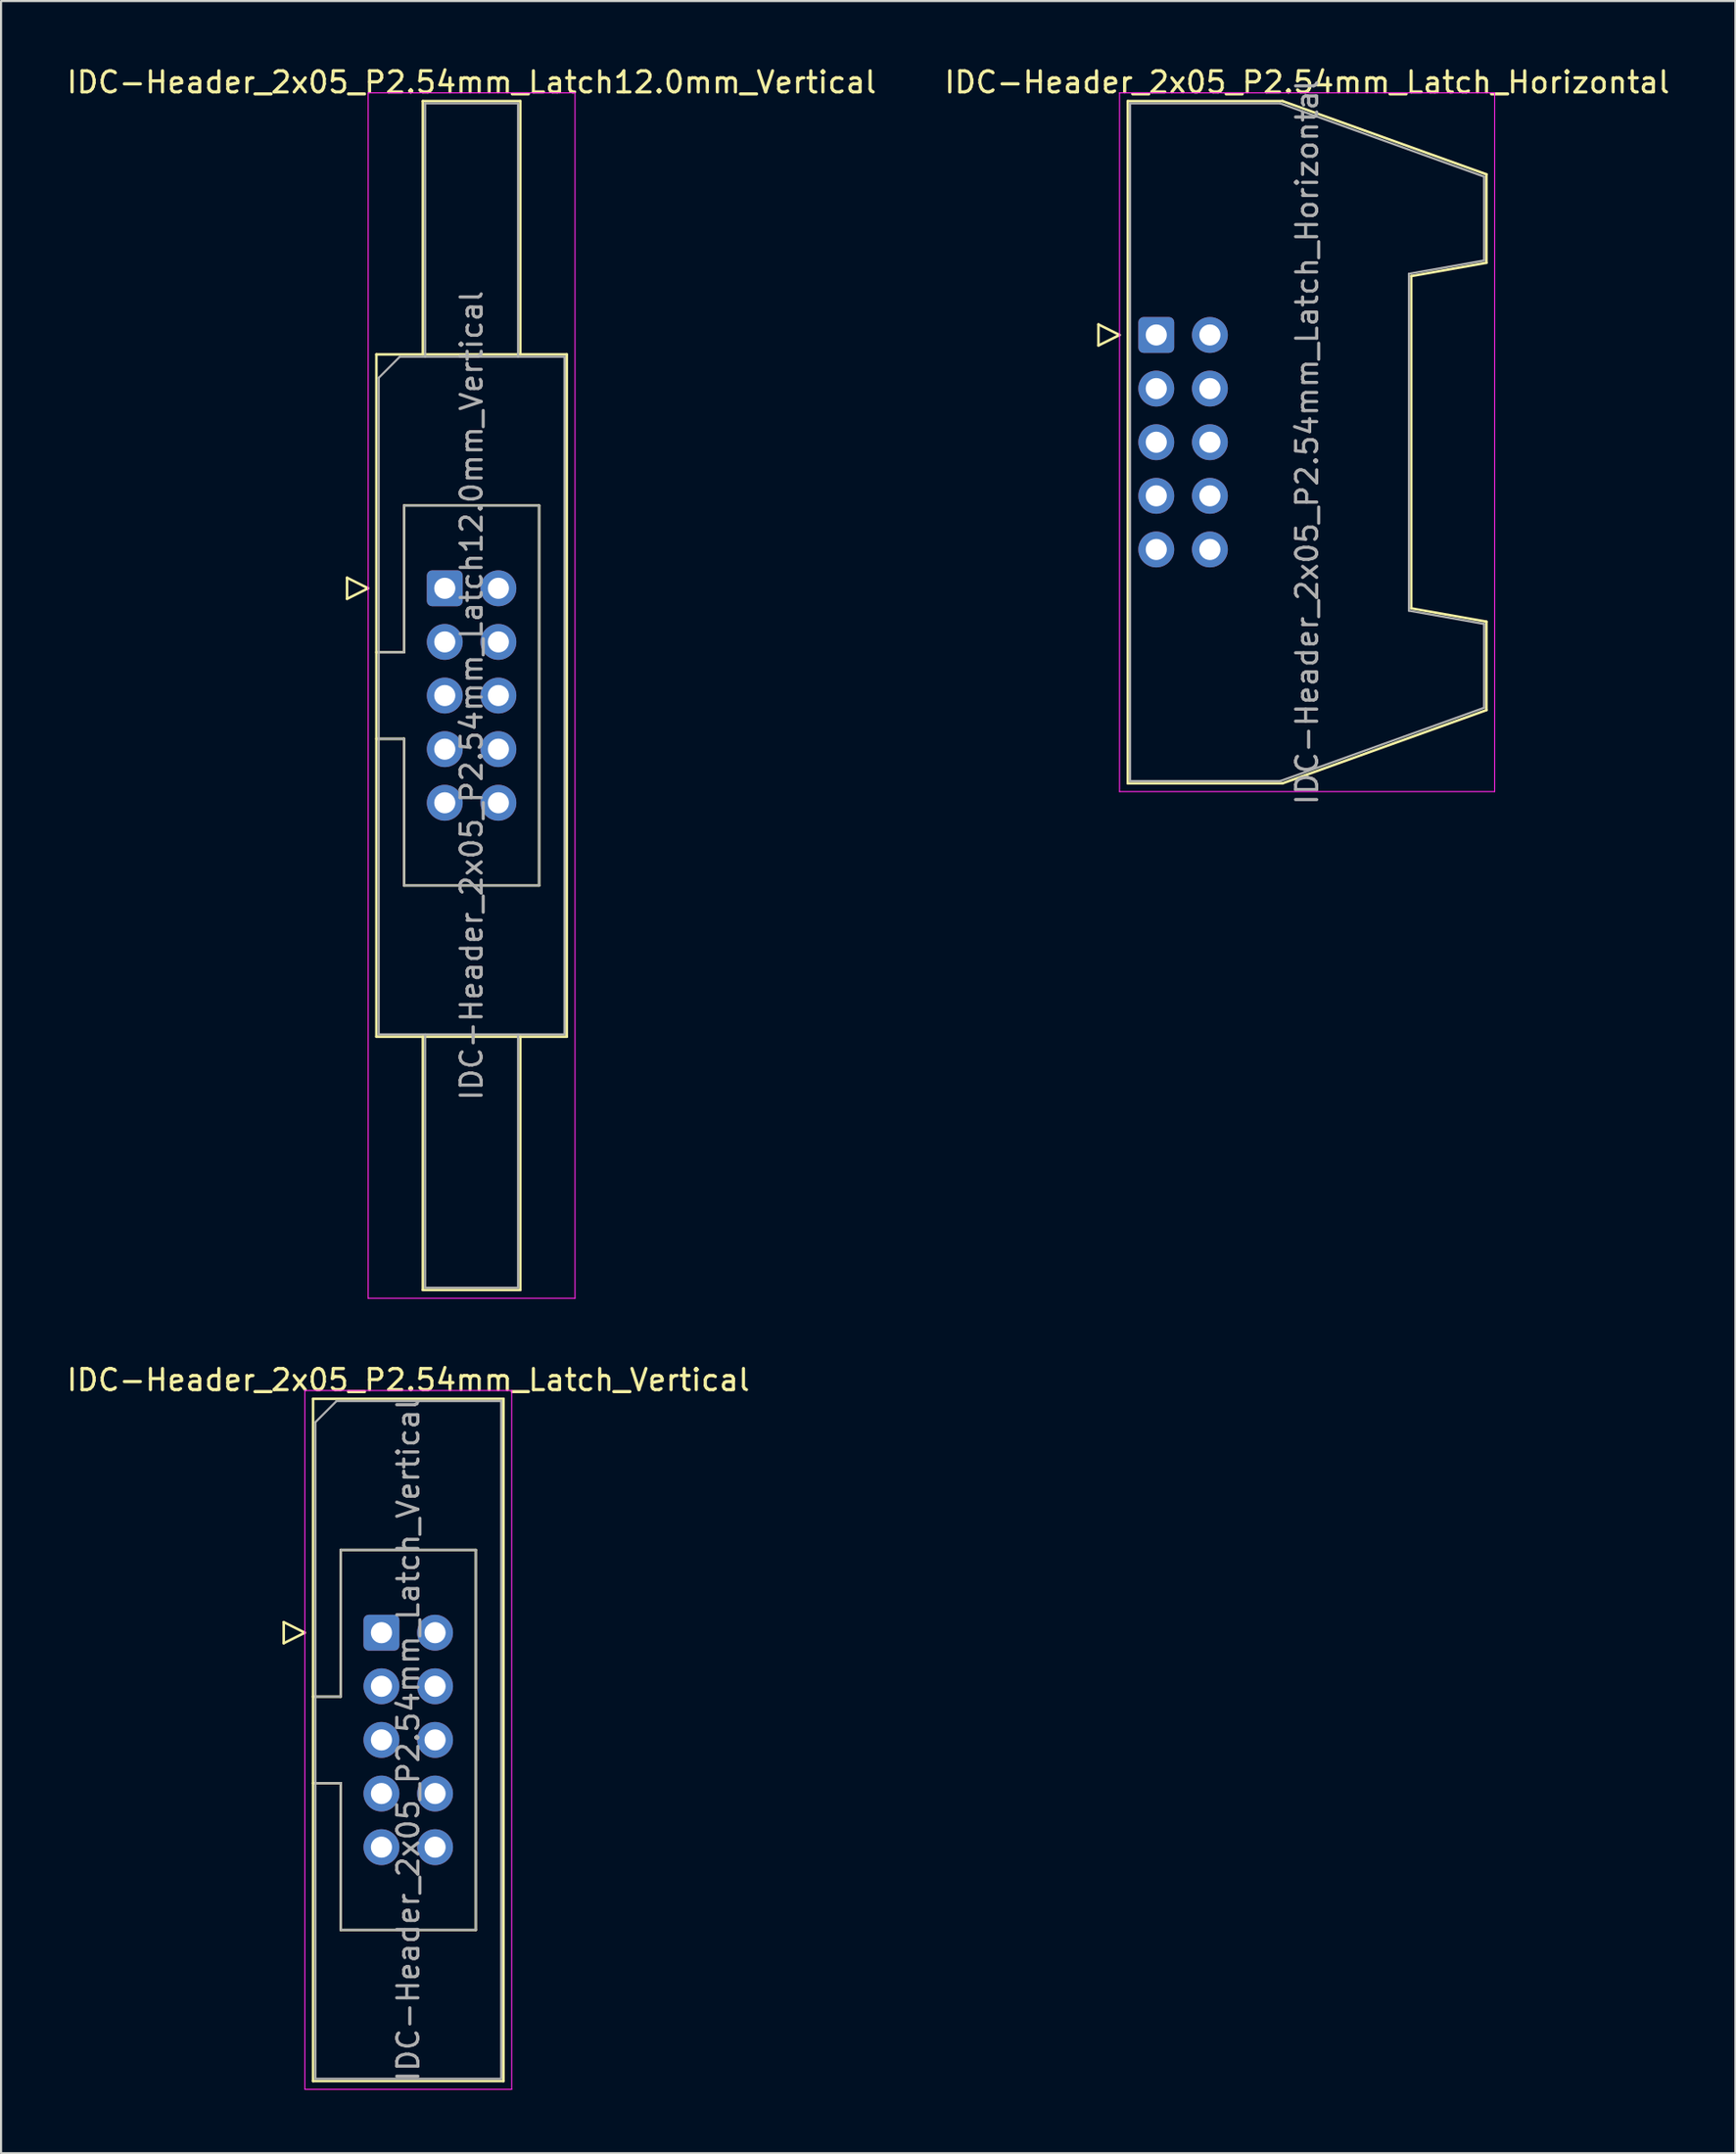
<source format=kicad_pcb>
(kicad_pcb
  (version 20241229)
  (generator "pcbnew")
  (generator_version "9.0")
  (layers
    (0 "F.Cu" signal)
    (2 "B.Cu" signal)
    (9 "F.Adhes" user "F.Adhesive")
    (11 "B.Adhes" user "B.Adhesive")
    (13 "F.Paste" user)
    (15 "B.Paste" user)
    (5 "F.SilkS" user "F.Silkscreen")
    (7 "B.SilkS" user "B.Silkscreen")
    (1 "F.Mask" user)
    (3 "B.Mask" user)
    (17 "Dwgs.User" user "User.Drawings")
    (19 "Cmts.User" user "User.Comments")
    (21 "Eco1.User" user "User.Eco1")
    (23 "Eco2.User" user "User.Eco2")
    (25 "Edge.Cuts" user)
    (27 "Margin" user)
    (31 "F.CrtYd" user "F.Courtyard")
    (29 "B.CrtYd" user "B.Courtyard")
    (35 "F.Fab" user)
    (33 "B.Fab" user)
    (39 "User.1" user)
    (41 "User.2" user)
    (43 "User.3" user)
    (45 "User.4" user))
  (footprint "IDC-Header_2x05_P2.54mm_Latch_Horizontal"
    (layer "F.Cu")
    (at 51.73 12.818)
    (property "Reference" "IDC-Header_2x05_P2.54mm_Latch_Horizontal" (at 7.145 -11.97 0) (layer "F.SilkS") (effects (font (size 1 1) (thickness 0.15))))
    (attr through_hole)
    (fp_line (start -2.74 -0.5) (end -2.74 0.5) (stroke (width 0.12) (type solid)) (layer "F.SilkS"))
    (fp_line (start -2.74 0.5) (end -1.74 0) (stroke (width 0.12) (type solid)) (layer "F.SilkS"))
    (fp_line (start -1.74 0) (end -2.74 -0.5) (stroke (width 0.12) (type solid)) (layer "F.SilkS"))
    (fp_line (start -1.35 -11.08) (end 5.98 -11.08) (stroke (width 0.12) (type solid)) (layer "F.SilkS"))
    (fp_line (start -1.35 21.24) (end -1.35 -11.08) (stroke (width 0.12) (type solid)) (layer "F.SilkS"))
    (fp_line (start 5.98 -11.08) (end 15.64 -7.61) (stroke (width 0.12) (type solid)) (layer "F.SilkS"))
    (fp_line (start 5.98 21.24) (end -1.35 21.24) (stroke (width 0.12) (type solid)) (layer "F.SilkS"))
    (fp_line (start 12.08 -2.79) (end 12.08 12.95) (stroke (width 0.12) (type solid)) (layer "F.SilkS"))
    (fp_line (start 12.08 12.95) (end 15.64 13.58) (stroke (width 0.12) (type solid)) (layer "F.SilkS"))
    (fp_line (start 15.64 -7.61) (end 15.64 -3.42) (stroke (width 0.12) (type solid)) (layer "F.SilkS"))
    (fp_line (start 15.64 -3.42) (end 12.08 -2.79) (stroke (width 0.12) (type solid)) (layer "F.SilkS"))
    (fp_line (start 15.64 13.58) (end 15.64 17.77) (stroke (width 0.12) (type solid)) (layer "F.SilkS"))
    (fp_line (start 15.64 17.77) (end 5.98 21.24) (stroke (width 0.12) (type solid)) (layer "F.SilkS"))
    (fp_line (start -1.74 -11.47) (end -1.74 21.63) (stroke (width 0.05) (type solid)) (layer "F.CrtYd"))
    (fp_line (start -1.74 21.63) (end 16.03 21.63) (stroke (width 0.05) (type solid)) (layer "F.CrtYd"))
    (fp_line (start 16.03 -11.47) (end -1.74 -11.47) (stroke (width 0.05) (type solid)) (layer "F.CrtYd"))
    (fp_line (start 16.03 21.63) (end 16.03 -11.47) (stroke (width 0.05) (type solid)) (layer "F.CrtYd"))
    (fp_line (start -1.24 -10.97) (end 5.87 -10.97) (stroke (width 0.1) (type solid)) (layer "F.Fab"))
    (fp_line (start -1.24 21.13) (end -1.24 -10.97) (stroke (width 0.1) (type solid)) (layer "F.Fab"))
    (fp_line (start 5.87 -10.97) (end 15.53 -7.5) (stroke (width 0.1) (type solid)) (layer "F.Fab"))
    (fp_line (start 5.87 21.13) (end -1.24 21.13) (stroke (width 0.1) (type solid)) (layer "F.Fab"))
    (fp_line (start 11.97 -2.9) (end 11.97 13.06) (stroke (width 0.1) (type solid)) (layer "F.Fab"))
    (fp_line (start 11.97 13.06) (end 15.53 13.69) (stroke (width 0.1) (type solid)) (layer "F.Fab"))
    (fp_line (start 15.53 -7.5) (end 15.53 -3.53) (stroke (width 0.1) (type solid)) (layer "F.Fab"))
    (fp_line (start 15.53 -3.53) (end 11.97 -2.9) (stroke (width 0.1) (type solid)) (layer "F.Fab"))
    (fp_line (start 15.53 13.69) (end 15.53 17.66) (stroke (width 0.1) (type solid)) (layer "F.Fab"))
    (fp_line (start 15.53 17.66) (end 5.87 21.13) (stroke (width 0.1) (type solid)) (layer "F.Fab"))
    (fp_text user "${REFERENCE}" (at 7.145 5.08 90) (layer "F.Fab") (effects (font (size 1 1) (thickness 0.15))))
    (pad "1" thru_hole roundrect (at 0 0) (size 1.7 1.7) (drill 1) (layers "*.Cu" "*.Mask") (roundrect_rratio 0.147))
    (pad "2" thru_hole circle (at 2.54 0) (size 1.7 1.7) (drill 1) (layers "*.Cu" "*.Mask"))
    (pad "3" thru_hole circle (at 0 2.54) (size 1.7 1.7) (drill 1) (layers "*.Cu" "*.Mask"))
    (pad "4" thru_hole circle (at 2.54 2.54) (size 1.7 1.7) (drill 1) (layers "*.Cu" "*.Mask"))
    (pad "5" thru_hole circle (at 0 5.08) (size 1.7 1.7) (drill 1) (layers "*.Cu" "*.Mask"))
    (pad "6" thru_hole circle (at 2.54 5.08) (size 1.7 1.7) (drill 1) (layers "*.Cu" "*.Mask"))
    (pad "7" thru_hole circle (at 0 7.62) (size 1.7 1.7) (drill 1) (layers "*.Cu" "*.Mask"))
    (pad "8" thru_hole circle (at 2.54 7.62) (size 1.7 1.7) (drill 1) (layers "*.Cu" "*.Mask"))
    (pad "9" thru_hole circle (at 0 10.16) (size 1.7 1.7) (drill 1) (layers "*.Cu" "*.Mask"))
    (pad "10" thru_hole circle (at 2.54 10.16) (size 1.7 1.7) (drill 1) (layers "*.Cu" "*.Mask")))
  (footprint "IDC-Header_2x05_P2.54mm_Latch_Vertical"
    (layer "F.Cu")
    (at 15.022 74.291)
    (property "Reference" "IDC-Header_2x05_P2.54mm_Latch_Vertical" (at 1.27 -11.97 0) (layer "F.SilkS") (effects (font (size 1 1) (thickness 0.15))))
    (attr through_hole)
    (fp_line (start -4.63 -0.5) (end -4.63 0.5) (stroke (width 0.12) (type solid)) (layer "F.SilkS"))
    (fp_line (start -4.63 0.5) (end -3.63 0) (stroke (width 0.12) (type solid)) (layer "F.SilkS"))
    (fp_line (start -3.63 0) (end -4.63 -0.5) (stroke (width 0.12) (type solid)) (layer "F.SilkS"))
    (fp_line (start -3.24 -11.08) (end 5.78 -11.08) (stroke (width 0.12) (type solid)) (layer "F.SilkS"))
    (fp_line (start -3.24 3.03) (end -1.93 3.03) (stroke (width 0.12) (type solid)) (layer "F.SilkS"))
    (fp_line (start -3.24 21.24) (end -3.24 -11.08) (stroke (width 0.12) (type solid)) (layer "F.SilkS"))
    (fp_line (start -1.93 -3.92) (end 4.47 -3.92) (stroke (width 0.12) (type solid)) (layer "F.SilkS"))
    (fp_line (start -1.93 3.03) (end -1.93 -3.92) (stroke (width 0.12) (type solid)) (layer "F.SilkS"))
    (fp_line (start -1.93 7.13) (end -3.24 7.13) (stroke (width 0.12) (type solid)) (layer "F.SilkS"))
    (fp_line (start -1.93 7.13) (end -1.93 7.13) (stroke (width 0.12) (type solid)) (layer "F.SilkS"))
    (fp_line (start -1.93 14.08) (end -1.93 7.13) (stroke (width 0.12) (type solid)) (layer "F.SilkS"))
    (fp_line (start 4.47 -3.92) (end 4.47 14.08) (stroke (width 0.12) (type solid)) (layer "F.SilkS"))
    (fp_line (start 4.47 14.08) (end -1.93 14.08) (stroke (width 0.12) (type solid)) (layer "F.SilkS"))
    (fp_line (start 5.78 -11.08) (end 5.78 21.24) (stroke (width 0.12) (type solid)) (layer "F.SilkS"))
    (fp_line (start 5.78 21.24) (end -3.24 21.24) (stroke (width 0.12) (type solid)) (layer "F.SilkS"))
    (fp_line (start -3.63 -11.47) (end -3.63 21.63) (stroke (width 0.05) (type solid)) (layer "F.CrtYd"))
    (fp_line (start -3.63 21.63) (end 6.17 21.63) (stroke (width 0.05) (type solid)) (layer "F.CrtYd"))
    (fp_line (start 6.17 -11.47) (end -3.63 -11.47) (stroke (width 0.05) (type solid)) (layer "F.CrtYd"))
    (fp_line (start 6.17 21.63) (end 6.17 -11.47) (stroke (width 0.05) (type solid)) (layer "F.CrtYd"))
    (fp_line (start -3.13 -9.97) (end -2.13 -10.97) (stroke (width 0.1) (type solid)) (layer "F.Fab"))
    (fp_line (start -3.13 3.03) (end -1.93 3.03) (stroke (width 0.1) (type solid)) (layer "F.Fab"))
    (fp_line (start -3.13 21.13) (end -3.13 -9.97) (stroke (width 0.1) (type solid)) (layer "F.Fab"))
    (fp_line (start -2.13 -10.97) (end 5.67 -10.97) (stroke (width 0.1) (type solid)) (layer "F.Fab"))
    (fp_line (start -1.93 -3.92) (end 4.47 -3.92) (stroke (width 0.1) (type solid)) (layer "F.Fab"))
    (fp_line (start -1.93 3.03) (end -1.93 -3.92) (stroke (width 0.1) (type solid)) (layer "F.Fab"))
    (fp_line (start -1.93 7.13) (end -3.13 7.13) (stroke (width 0.1) (type solid)) (layer "F.Fab"))
    (fp_line (start -1.93 7.13) (end -1.93 7.13) (stroke (width 0.1) (type solid)) (layer "F.Fab"))
    (fp_line (start -1.93 14.08) (end -1.93 7.13) (stroke (width 0.1) (type solid)) (layer "F.Fab"))
    (fp_line (start 4.47 -3.92) (end 4.47 14.08) (stroke (width 0.1) (type solid)) (layer "F.Fab"))
    (fp_line (start 4.47 14.08) (end -1.93 14.08) (stroke (width 0.1) (type solid)) (layer "F.Fab"))
    (fp_line (start 5.67 -10.97) (end 5.67 21.13) (stroke (width 0.1) (type solid)) (layer "F.Fab"))
    (fp_line (start 5.67 21.13) (end -3.13 21.13) (stroke (width 0.1) (type solid)) (layer "F.Fab"))
    (fp_text user "${REFERENCE}" (at 1.27 5.08 90) (layer "F.Fab") (effects (font (size 1 1) (thickness 0.15))))
    (pad "1" thru_hole roundrect (at 0 0) (size 1.7 1.7) (drill 1) (layers "*.Cu" "*.Mask") (roundrect_rratio 0.147))
    (pad "2" thru_hole circle (at 2.54 0) (size 1.7 1.7) (drill 1) (layers "*.Cu" "*.Mask"))
    (pad "3" thru_hole circle (at 0 2.54) (size 1.7 1.7) (drill 1) (layers "*.Cu" "*.Mask"))
    (pad "4" thru_hole circle (at 2.54 2.54) (size 1.7 1.7) (drill 1) (layers "*.Cu" "*.Mask"))
    (pad "5" thru_hole circle (at 0 5.08) (size 1.7 1.7) (drill 1) (layers "*.Cu" "*.Mask"))
    (pad "6" thru_hole circle (at 2.54 5.08) (size 1.7 1.7) (drill 1) (layers "*.Cu" "*.Mask"))
    (pad "7" thru_hole circle (at 0 7.62) (size 1.7 1.7) (drill 1) (layers "*.Cu" "*.Mask"))
    (pad "8" thru_hole circle (at 2.54 7.62) (size 1.7 1.7) (drill 1) (layers "*.Cu" "*.Mask"))
    (pad "9" thru_hole circle (at 0 10.16) (size 1.7 1.7) (drill 1) (layers "*.Cu" "*.Mask"))
    (pad "10" thru_hole circle (at 2.54 10.16) (size 1.7 1.7) (drill 1) (layers "*.Cu" "*.Mask")))
  (footprint "IDC-Header_2x05_P2.54mm_Latch12.0mm_Vertical"
    (layer "F.Cu")
    (at 18.022 24.818)
    (property "Reference" "IDC-Header_2x05_P2.54mm_Latch12.0mm_Vertical" (at 1.27 -23.97 0) (layer "F.SilkS") (effects (font (size 1 1) (thickness 0.15))))
    (attr through_hole)
    (fp_line (start -4.63 -0.5) (end -4.63 0.5) (stroke (width 0.12) (type solid)) (layer "F.SilkS"))
    (fp_line (start -4.63 0.5) (end -3.63 0) (stroke (width 0.12) (type solid)) (layer "F.SilkS"))
    (fp_line (start -3.63 0) (end -4.63 -0.5) (stroke (width 0.12) (type solid)) (layer "F.SilkS"))
    (fp_line (start -3.24 -11.08) (end 5.78 -11.08) (stroke (width 0.12) (type solid)) (layer "F.SilkS"))
    (fp_line (start -3.24 3.03) (end -1.93 3.03) (stroke (width 0.12) (type solid)) (layer "F.SilkS"))
    (fp_line (start -3.24 21.24) (end -3.24 -11.08) (stroke (width 0.12) (type solid)) (layer "F.SilkS"))
    (fp_line (start -1.93 -3.92) (end 4.47 -3.92) (stroke (width 0.12) (type solid)) (layer "F.SilkS"))
    (fp_line (start -1.93 3.03) (end -1.93 -3.92) (stroke (width 0.12) (type solid)) (layer "F.SilkS"))
    (fp_line (start -1.93 7.13) (end -3.24 7.13) (stroke (width 0.12) (type solid)) (layer "F.SilkS"))
    (fp_line (start -1.93 7.13) (end -1.93 7.13) (stroke (width 0.12) (type solid)) (layer "F.SilkS"))
    (fp_line (start -1.93 14.08) (end -1.93 7.13) (stroke (width 0.12) (type solid)) (layer "F.SilkS"))
    (fp_line (start -1.04 -23.08) (end 3.58 -23.08) (stroke (width 0.12) (type solid)) (layer "F.SilkS"))
    (fp_line (start -1.04 -11.08) (end -1.04 -23.08) (stroke (width 0.12) (type solid)) (layer "F.SilkS"))
    (fp_line (start -1.04 21.24) (end -1.04 33.24) (stroke (width 0.12) (type solid)) (layer "F.SilkS"))
    (fp_line (start -1.04 33.24) (end 3.58 33.24) (stroke (width 0.12) (type solid)) (layer "F.SilkS"))
    (fp_line (start 3.58 -23.08) (end 3.58 -11.08) (stroke (width 0.12) (type solid)) (layer "F.SilkS"))
    (fp_line (start 3.58 33.24) (end 3.58 21.24) (stroke (width 0.12) (type solid)) (layer "F.SilkS"))
    (fp_line (start 4.47 -3.92) (end 4.47 14.08) (stroke (width 0.12) (type solid)) (layer "F.SilkS"))
    (fp_line (start 4.47 14.08) (end -1.93 14.08) (stroke (width 0.12) (type solid)) (layer "F.SilkS"))
    (fp_line (start 5.78 -11.08) (end 5.78 21.24) (stroke (width 0.12) (type solid)) (layer "F.SilkS"))
    (fp_line (start 5.78 21.24) (end -3.24 21.24) (stroke (width 0.12) (type solid)) (layer "F.SilkS"))
    (fp_line (start -3.63 -23.47) (end -3.63 33.63) (stroke (width 0.05) (type solid)) (layer "F.CrtYd"))
    (fp_line (start -3.63 33.63) (end 6.17 33.63) (stroke (width 0.05) (type solid)) (layer "F.CrtYd"))
    (fp_line (start 6.17 -23.47) (end -3.63 -23.47) (stroke (width 0.05) (type solid)) (layer "F.CrtYd"))
    (fp_line (start 6.17 33.63) (end 6.17 -23.47) (stroke (width 0.05) (type solid)) (layer "F.CrtYd"))
    (fp_line (start -3.13 -9.97) (end -2.13 -10.97) (stroke (width 0.1) (type solid)) (layer "F.Fab"))
    (fp_line (start -3.13 3.03) (end -1.93 3.03) (stroke (width 0.1) (type solid)) (layer "F.Fab"))
    (fp_line (start -3.13 21.13) (end -3.13 -9.97) (stroke (width 0.1) (type solid)) (layer "F.Fab"))
    (fp_line (start -2.13 -10.97) (end 5.67 -10.97) (stroke (width 0.1) (type solid)) (layer "F.Fab"))
    (fp_line (start -1.93 -3.92) (end 4.47 -3.92) (stroke (width 0.1) (type solid)) (layer "F.Fab"))
    (fp_line (start -1.93 3.03) (end -1.93 -3.92) (stroke (width 0.1) (type solid)) (layer "F.Fab"))
    (fp_line (start -1.93 7.13) (end -3.13 7.13) (stroke (width 0.1) (type solid)) (layer "F.Fab"))
    (fp_line (start -1.93 7.13) (end -1.93 7.13) (stroke (width 0.1) (type solid)) (layer "F.Fab"))
    (fp_line (start -1.93 14.08) (end -1.93 7.13) (stroke (width 0.1) (type solid)) (layer "F.Fab"))
    (fp_line (start -0.93 -22.97) (end 3.47 -22.97) (stroke (width 0.1) (type solid)) (layer "F.Fab"))
    (fp_line (start -0.93 -10.97) (end -0.93 -22.97) (stroke (width 0.1) (type solid)) (layer "F.Fab"))
    (fp_line (start -0.93 21.13) (end -0.93 33.13) (stroke (width 0.1) (type solid)) (layer "F.Fab"))
    (fp_line (start -0.93 33.13) (end 3.47 33.13) (stroke (width 0.1) (type solid)) (layer "F.Fab"))
    (fp_line (start 3.47 -22.97) (end 3.47 -10.97) (stroke (width 0.1) (type solid)) (layer "F.Fab"))
    (fp_line (start 3.47 33.13) (end 3.47 21.13) (stroke (width 0.1) (type solid)) (layer "F.Fab"))
    (fp_line (start 4.47 -3.92) (end 4.47 14.08) (stroke (width 0.1) (type solid)) (layer "F.Fab"))
    (fp_line (start 4.47 14.08) (end -1.93 14.08) (stroke (width 0.1) (type solid)) (layer "F.Fab"))
    (fp_line (start 5.67 -10.97) (end 5.67 21.13) (stroke (width 0.1) (type solid)) (layer "F.Fab"))
    (fp_line (start 5.67 21.13) (end -3.13 21.13) (stroke (width 0.1) (type solid)) (layer "F.Fab"))
    (fp_text user "${REFERENCE}" (at 1.27 5.08 90) (layer "F.Fab") (effects (font (size 1 1) (thickness 0.15))))
    (pad "1" thru_hole roundrect (at 0 0) (size 1.7 1.7) (drill 1) (layers "*.Cu" "*.Mask") (roundrect_rratio 0.147))
    (pad "2" thru_hole circle (at 2.54 0) (size 1.7 1.7) (drill 1) (layers "*.Cu" "*.Mask"))
    (pad "3" thru_hole circle (at 0 2.54) (size 1.7 1.7) (drill 1) (layers "*.Cu" "*.Mask"))
    (pad "4" thru_hole circle (at 2.54 2.54) (size 1.7 1.7) (drill 1) (layers "*.Cu" "*.Mask"))
    (pad "5" thru_hole circle (at 0 5.08) (size 1.7 1.7) (drill 1) (layers "*.Cu" "*.Mask"))
    (pad "6" thru_hole circle (at 2.54 5.08) (size 1.7 1.7) (drill 1) (layers "*.Cu" "*.Mask"))
    (pad "7" thru_hole circle (at 0 7.62) (size 1.7 1.7) (drill 1) (layers "*.Cu" "*.Mask"))
    (pad "8" thru_hole circle (at 2.54 7.62) (size 1.7 1.7) (drill 1) (layers "*.Cu" "*.Mask"))
    (pad "9" thru_hole circle (at 0 10.16) (size 1.7 1.7) (drill 1) (layers "*.Cu" "*.Mask"))
    (pad "10" thru_hole circle (at 2.54 10.16) (size 1.7 1.7) (drill 1) (layers "*.Cu" "*.Mask")))
  (gr_rect
    (start -3 -3)
    (end 79.167 98.947)
    (stroke (width 0.1) (type default))
    (fill no)
    (layer "Edge.Cuts")))
</source>
